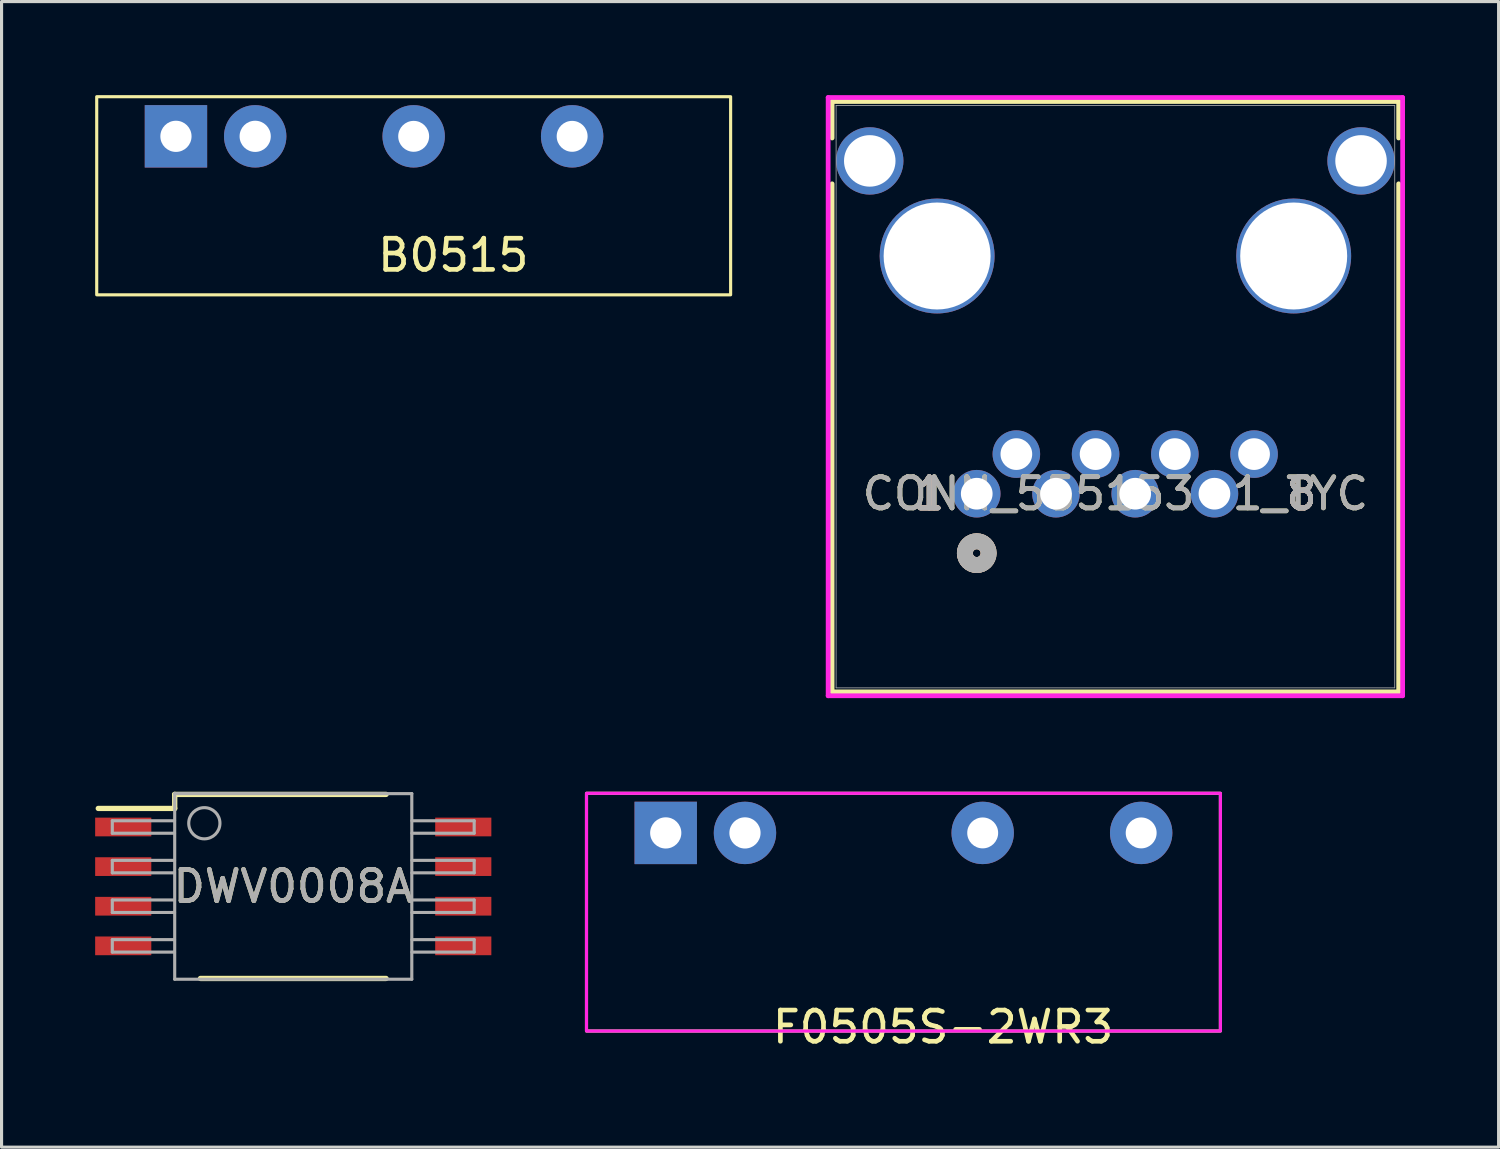
<source format=kicad_pcb>
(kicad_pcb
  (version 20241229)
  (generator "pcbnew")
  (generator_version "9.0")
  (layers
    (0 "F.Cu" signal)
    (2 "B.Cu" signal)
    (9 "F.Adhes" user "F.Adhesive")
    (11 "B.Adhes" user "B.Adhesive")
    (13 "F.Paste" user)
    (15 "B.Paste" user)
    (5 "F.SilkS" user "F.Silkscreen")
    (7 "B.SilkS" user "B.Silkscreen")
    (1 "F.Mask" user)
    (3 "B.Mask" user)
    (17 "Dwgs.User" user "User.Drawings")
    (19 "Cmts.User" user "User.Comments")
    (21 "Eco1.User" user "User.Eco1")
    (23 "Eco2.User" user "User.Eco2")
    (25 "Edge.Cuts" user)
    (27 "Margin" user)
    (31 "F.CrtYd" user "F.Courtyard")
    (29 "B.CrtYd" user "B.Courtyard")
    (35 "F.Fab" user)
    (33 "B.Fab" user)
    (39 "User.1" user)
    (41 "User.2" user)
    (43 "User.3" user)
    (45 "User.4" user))
  (footprint "DWV0008A"
    (layer "F.Cu")
    (at 6.35 25.364)
    (property "Reference" "DWV0008A" (at 0 0 0) (unlocked yes) (layer "F.SilkS") (effects (font (size 1 1) (thickness 0.15))))
    (attr smd)
    (fp_line (start -6.25 -2.5) (end -3.8 -2.5) (stroke (width 0.17) (type solid)) (layer "F.SilkS"))
    (fp_line (start -3.8 -2.95) (end 2.975 -2.95) (stroke (width 0.17) (type solid)) (layer "F.SilkS"))
    (fp_line (start -3.8 -2.5) (end -3.8 -2.95) (stroke (width 0.17) (type solid)) (layer "F.SilkS"))
    (fp_line (start -2.975 2.95) (end 2.975 2.95) (stroke (width 0.17) (type solid)) (layer "F.SilkS"))
    (fp_line (start -5.8 -2.105) (end -3.805 -2.105) (stroke (width 0.1) (type solid)) (layer "F.Fab"))
    (fp_line (start -5.8 -1.705) (end -5.8 -2.105) (stroke (width 0.1) (type solid)) (layer "F.Fab"))
    (fp_line (start -5.8 -1.705) (end -3.805 -1.705) (stroke (width 0.1) (type solid)) (layer "F.Fab"))
    (fp_line (start -5.8 -0.835) (end -3.805 -0.835) (stroke (width 0.1) (type solid)) (layer "F.Fab"))
    (fp_line (start -5.8 -0.435) (end -5.8 -0.835) (stroke (width 0.1) (type solid)) (layer "F.Fab"))
    (fp_line (start -5.8 -0.435) (end -3.805 -0.435) (stroke (width 0.1) (type solid)) (layer "F.Fab"))
    (fp_line (start -5.8 0.435) (end -3.805 0.435) (stroke (width 0.1) (type solid)) (layer "F.Fab"))
    (fp_line (start -5.8 0.835) (end -5.8 0.435) (stroke (width 0.1) (type solid)) (layer "F.Fab"))
    (fp_line (start -5.8 0.835) (end -3.805 0.835) (stroke (width 0.1) (type solid)) (layer "F.Fab"))
    (fp_line (start -5.8 1.705) (end -3.805 1.705) (stroke (width 0.1) (type solid)) (layer "F.Fab"))
    (fp_line (start -5.8 2.105) (end -5.8 1.705) (stroke (width 0.1) (type solid)) (layer "F.Fab"))
    (fp_line (start -5.8 2.105) (end -3.805 2.105) (stroke (width 0.1) (type solid)) (layer "F.Fab"))
    (fp_line (start -3.8 -2.975) (end 3.8 -2.975) (stroke (width 0.1) (type solid)) (layer "F.Fab"))
    (fp_line (start -3.8 2.975) (end -3.8 -2.975) (stroke (width 0.1) (type solid)) (layer "F.Fab"))
    (fp_line (start -3.8 2.975) (end 3.8 2.975) (stroke (width 0.1) (type solid)) (layer "F.Fab"))
    (fp_line (start 3.8 2.975) (end 3.8 -2.975) (stroke (width 0.1) (type solid)) (layer "F.Fab"))
    (fp_line (start 3.805 -2.105) (end 5.8 -2.105) (stroke (width 0.1) (type solid)) (layer "F.Fab"))
    (fp_line (start 3.805 -0.835) (end 5.8 -0.835) (stroke (width 0.1) (type solid)) (layer "F.Fab"))
    (fp_line (start 3.805 0.435) (end 5.8 0.435) (stroke (width 0.1) (type solid)) (layer "F.Fab"))
    (fp_line (start 3.805 1.705) (end 5.8 1.705) (stroke (width 0.1) (type solid)) (layer "F.Fab"))
    (fp_line (start 3.805 -1.705) (end 5.8 -1.705) (stroke (width 0.1) (type solid)) (layer "F.Fab"))
    (fp_line (start 3.805 -0.435) (end 5.8 -0.435) (stroke (width 0.1) (type solid)) (layer "F.Fab"))
    (fp_line (start 3.805 0.835) (end 5.8 0.835) (stroke (width 0.1) (type solid)) (layer "F.Fab"))
    (fp_line (start 3.805 2.105) (end 5.8 2.105) (stroke (width 0.1) (type solid)) (layer "F.Fab"))
    (fp_line (start 5.8 -1.705) (end 5.8 -2.105) (stroke (width 0.1) (type solid)) (layer "F.Fab"))
    (fp_line (start 5.8 -0.435) (end 5.8 -0.835) (stroke (width 0.1) (type solid)) (layer "F.Fab"))
    (fp_line (start 5.8 0.835) (end 5.8 0.435) (stroke (width 0.1) (type solid)) (layer "F.Fab"))
    (fp_line (start 5.8 2.105) (end 5.8 1.705) (stroke (width 0.1) (type solid)) (layer "F.Fab"))
    (fp_circle (center -2.85 -2.025) (end -2.35 -2.025) (stroke (width 0.1) (type solid)) (fill no) (layer "F.Fab"))
    (fp_text user "${REFERENCE}" (at 0 0 0) (unlocked yes) (layer "F.Fab") (effects (font (size 1 1) (thickness 0.15))))
    (pad "1" smd rect (at -5.45 -1.905 90) (size 0.6 1.8) (layers "F.Cu" "F.Mask" "F.Paste"))
    (pad "2" smd rect (at -5.45 -0.635 90) (size 0.6 1.8) (layers "F.Cu" "F.Mask" "F.Paste"))
    (pad "3" smd rect (at -5.45 0.635 90) (size 0.6 1.8) (layers "F.Cu" "F.Mask" "F.Paste"))
    (pad "4" smd rect (at -5.45 1.905 90) (size 0.6 1.8) (layers "F.Cu" "F.Mask" "F.Paste"))
    (pad "5" smd rect (at 5.45 1.905 90) (size 0.6 1.8) (layers "F.Cu" "F.Mask" "F.Paste"))
    (pad "6" smd rect (at 5.45 0.635 90) (size 0.6 1.8) (layers "F.Cu" "F.Mask" "F.Paste"))
    (pad "7" smd rect (at 5.45 -0.635 90) (size 0.6 1.8) (layers "F.Cu" "F.Mask" "F.Paste"))
    (pad "8" smd rect (at 5.45 -1.905 90) (size 0.6 1.8) (layers "F.Cu" "F.Mask" "F.Paste")))
  (footprint "F0505S-2WR3"
    (layer "F.Cu")
    (at 18.29 23.649)
    (property "Reference" "F0505S-2WR3" (at 8.89 6.223 0) (unlocked yes) (layer "F.SilkS") (effects (font (size 1 1) (thickness 0.15))))
    (attr through_hole)
    (fp_rect (start 17.78 -1.27) (end -2.54 6.35) (stroke (width 0.1) (type default)) (fill no) (layer "F.SilkS"))
    (fp_rect (start 17.78 -1.27) (end -2.54 6.35) (stroke (width 0.1) (type default)) (fill no) (layer "F.CrtYd"))
    (pad "1" thru_hole rect (at 0 0) (size 2 2) (drill 1) (layers "*.Cu" "*.Mask"))
    (pad "2" thru_hole circle (at 2.54 0) (size 2 2) (drill 1) (layers "*.Cu" "*.Mask"))
    (pad "5" thru_hole circle (at 10.16 0) (size 2 2) (drill 0.991) (layers "*.Cu" "*.Mask"))
    (pad "7" thru_hole circle (at 15.24 0) (size 2 2) (drill 0.991) (layers "*.Cu" "*.Mask")))
  (footprint "CONN_555153-1_TYC"
    (layer "F.Cu")
    (at 28.259 12.776)
    (property "Reference" "CONN_555153-1_TYC" (at 4.445 0 0) (unlocked yes) (layer "F.SilkS") (effects (font (size 1 1) (thickness 0.15))))
    (attr through_hole)
    (fp_line (start -4.636 -12.573) (end -4.636 -11.402) (stroke (width 0.152) (type solid)) (layer "F.SilkS"))
    (fp_line (start -4.636 -9.934) (end -4.636 6.35) (stroke (width 0.152) (type solid)) (layer "F.SilkS"))
    (fp_line (start -4.636 6.35) (end 13.525 6.35) (stroke (width 0.152) (type solid)) (layer "F.SilkS"))
    (fp_line (start 13.525 -12.573) (end -4.636 -12.573) (stroke (width 0.152) (type solid)) (layer "F.SilkS"))
    (fp_line (start 13.525 -11.402) (end 13.525 -12.573) (stroke (width 0.152) (type solid)) (layer "F.SilkS"))
    (fp_line (start 13.525 6.35) (end 13.525 -9.934) (stroke (width 0.152) (type solid)) (layer "F.SilkS"))
    (fp_circle (center 0 1.905) (end 0.381 1.905) (stroke (width 0.508) (type solid)) (fill no) (layer "F.SilkS"))
    (fp_circle (center 0 1.905) (end 0.381 1.905) (stroke (width 0.508) (type solid)) (fill no) (layer "B.SilkS"))
    (fp_line (start -4.763 -12.7) (end -4.763 6.477) (stroke (width 0.152) (type solid)) (layer "F.CrtYd"))
    (fp_line (start -4.763 6.477) (end 13.652 6.477) (stroke (width 0.152) (type solid)) (layer "F.CrtYd"))
    (fp_line (start 13.652 -12.7) (end -4.763 -12.7) (stroke (width 0.152) (type solid)) (layer "F.CrtYd"))
    (fp_line (start 13.652 6.477) (end 13.652 -12.7) (stroke (width 0.152) (type solid)) (layer "F.CrtYd"))
    (fp_line (start -4.508 -12.446) (end -4.508 6.223) (stroke (width 0.025) (type solid)) (layer "F.Fab"))
    (fp_line (start -4.508 6.223) (end 13.399 6.223) (stroke (width 0.025) (type solid)) (layer "F.Fab"))
    (fp_line (start 13.399 -12.446) (end -4.508 -12.446) (stroke (width 0.025) (type solid)) (layer "F.Fab"))
    (fp_line (start 13.399 6.223) (end 13.399 -12.446) (stroke (width 0.025) (type solid)) (layer "F.Fab"))
    (fp_circle (center 0 1.905) (end 0.381 1.905) (stroke (width 0.508) (type solid)) (fill no) (layer "F.Fab"))
    (fp_text user "1" (at -1.524 0 0) (unlocked yes) (layer "F.SilkS") (effects (font (size 1 1) (thickness 0.15))))
    (fp_text user "8" (at 10.414 0 0) (unlocked yes) (layer "F.SilkS") (effects (font (size 1 1) (thickness 0.15))))
    (fp_text user "8" (at 10.414 0 0) (unlocked yes) (layer "F.SilkS") (effects (font (size 1 1) (thickness 0.15))))
    (fp_text user "1" (at -1.524 0 0) (unlocked yes) (layer "F.SilkS") (effects (font (size 1 1) (thickness 0.15))))
    (fp_text user "1" (at -1.524 0 0) (unlocked yes) (layer "B.SilkS") (effects (font (size 1 1) (thickness 0.15))))
    (fp_text user "8" (at 10.414 0 0) (unlocked yes) (layer "B.SilkS") (effects (font (size 1 1) (thickness 0.15))))
    (fp_text user "1" (at -1.524 0 0) (unlocked yes) (layer "B.SilkS") (effects (font (size 1 1) (thickness 0.15))))
    (fp_text user "8" (at 10.414 0 0) (unlocked yes) (layer "B.SilkS") (effects (font (size 1 1) (thickness 0.15))))
    (fp_text user "1" (at -1.524 0 0) (unlocked yes) (layer "F.Fab") (effects (font (size 1 1) (thickness 0.15))))
    (fp_text user "8" (at 10.414 0 0) (unlocked yes) (layer "F.Fab") (effects (font (size 1 1) (thickness 0.15))))
    (fp_text user "${REFERENCE}" (at 4.445 0 0) (unlocked yes) (layer "F.Fab") (effects (font (size 1 1) (thickness 0.15))))
    (fp_text user "1" (at -1.524 0 0) (unlocked yes) (layer "F.Fab") (effects (font (size 1 1) (thickness 0.15))))
    (fp_text user "8" (at 10.414 0 0) (unlocked yes) (layer "F.Fab") (effects (font (size 1 1) (thickness 0.15))))
    (pad "1" thru_hole circle (at 0 0) (size 1.524 1.524) (drill 1.016) (layers "*.Cu" "*.Mask"))
    (pad "2" thru_hole circle (at 1.27 -1.27) (size 1.524 1.524) (drill 1.016) (layers "*.Cu" "*.Mask"))
    (pad "3" thru_hole circle (at 2.54 0) (size 1.524 1.524) (drill 1.016) (layers "*.Cu" "*.Mask"))
    (pad "4" thru_hole circle (at 3.81 -1.27) (size 1.524 1.524) (drill 1.016) (layers "*.Cu" "*.Mask"))
    (pad "5" thru_hole circle (at 5.08 0) (size 1.524 1.524) (drill 1.016) (layers "*.Cu" "*.Mask"))
    (pad "6" thru_hole circle (at 6.35 -1.27) (size 1.524 1.524) (drill 1.016) (layers "*.Cu" "*.Mask"))
    (pad "7" thru_hole circle (at 7.62 0) (size 1.524 1.524) (drill 1.016) (layers "*.Cu" "*.Mask"))
    (pad "8" thru_hole circle (at 8.89 -1.27) (size 1.524 1.524) (drill 1.016) (layers "*.Cu" "*.Mask"))
    (pad "9" thru_hole circle (at -3.429 -10.668) (size 2.159 2.159) (drill 1.651) (layers "*.Cu" "*.Mask"))
    (pad "10" thru_hole circle (at 12.319 -10.668) (size 2.159 2.159) (drill 1.651) (layers "*.Cu" "*.Mask"))
    (pad "11" thru_hole circle (at -1.27 -7.62) (size 3.683 3.683) (drill 3.429) (layers "*.Cu" "*.Mask"))
    (pad "12" thru_hole circle (at 10.16 -7.62) (size 3.683 3.683) (drill 3.429) (layers "*.Cu" "*.Mask")))
  (footprint "B0515"
    (layer "F.Cu")
    (at 2.59 1.32)
    (property "Reference" "B0515" (at 8.89 3.81 0) (unlocked yes) (layer "F.SilkS") (effects (font (size 1 1) (thickness 0.15))))
    (attr through_hole)
    (fp_rect (start 17.78 -1.27) (end -2.54 5.08) (stroke (width 0.1) (type default)) (fill no) (layer "F.SilkS"))
    (pad "1" thru_hole rect (at 0 0) (size 2 2) (drill 1) (layers "*.Cu" "*.Mask"))
    (pad "2" thru_hole circle (at 2.54 0) (size 2 2) (drill 1) (layers "*.Cu" "*.Mask"))
    (pad "5" thru_hole circle (at 7.62 0) (size 2 2) (drill 0.991) (layers "*.Cu" "*.Mask"))
    (pad "7" thru_hole circle (at 12.7 0) (size 2 2) (drill 0.991) (layers "*.Cu" "*.Mask")))
  (gr_rect
    (start -3 -3)
    (end 44.987 33.721)
    (stroke (width 0.1) (type default))
    (fill no)
    (layer "Edge.Cuts")))
</source>
